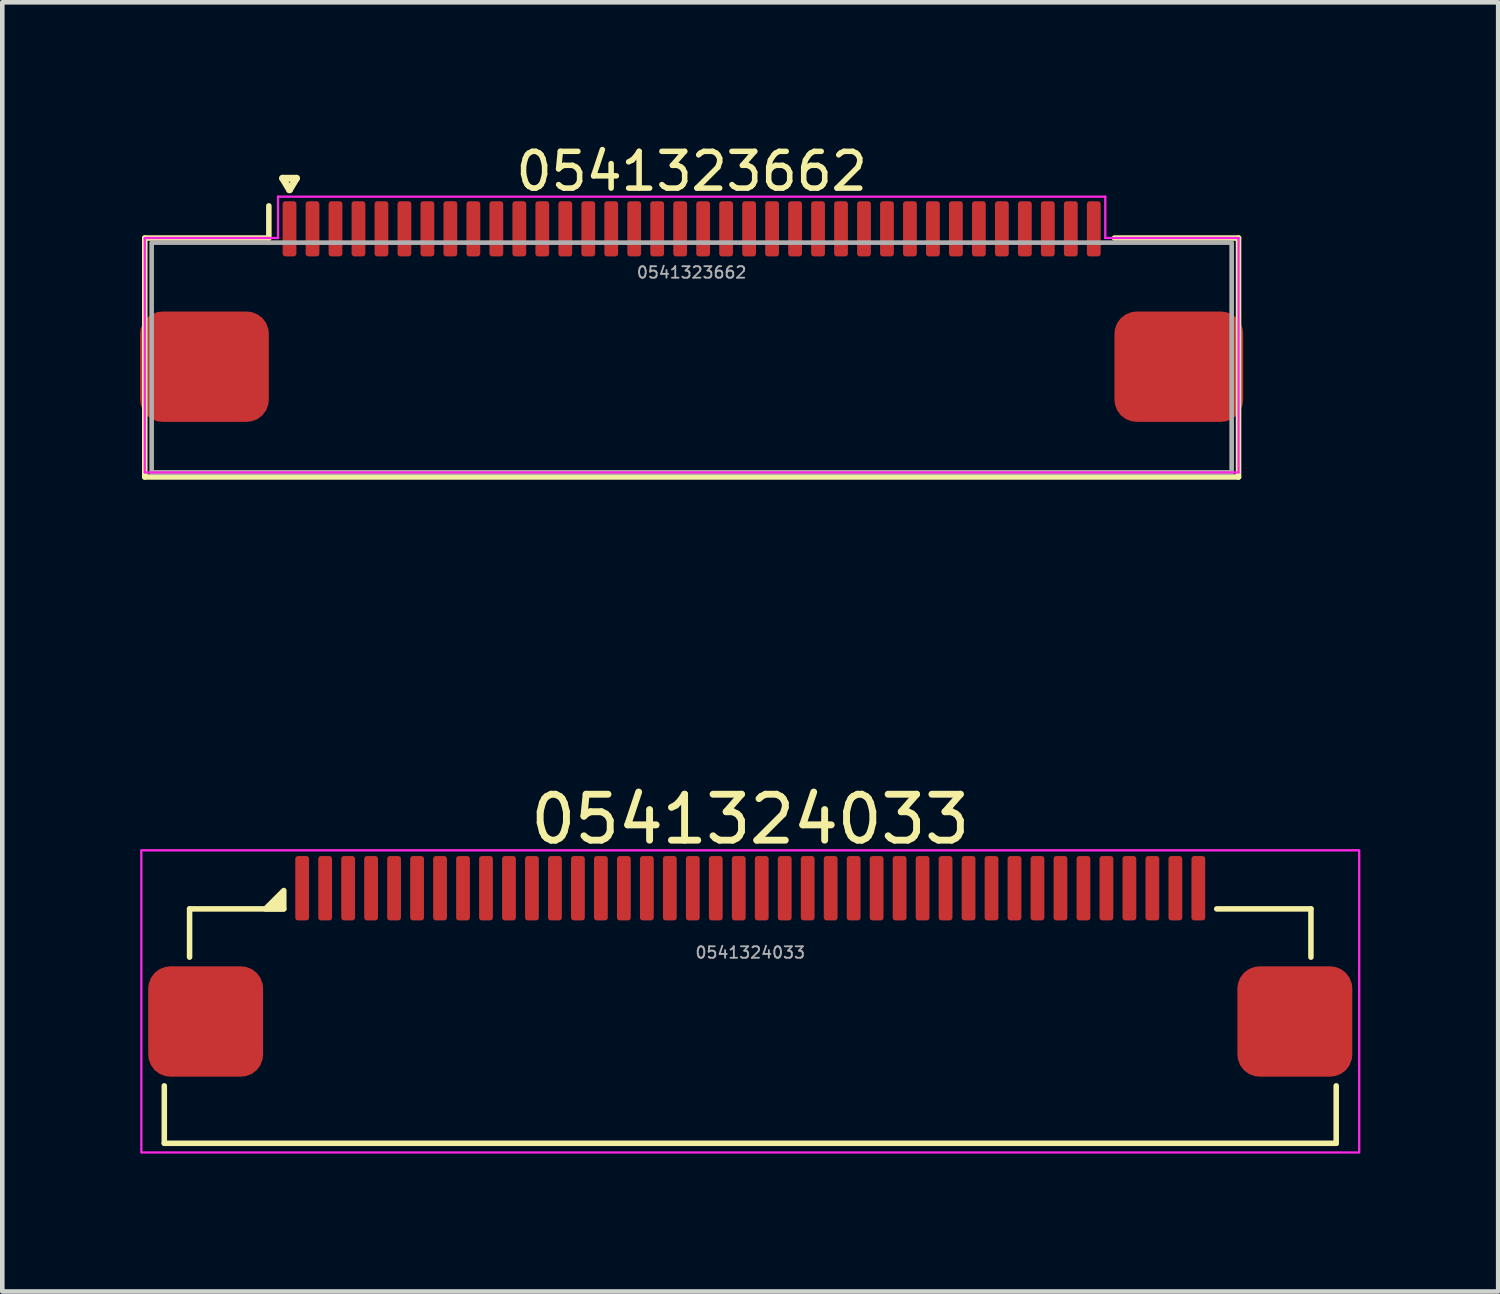
<source format=kicad_pcb>
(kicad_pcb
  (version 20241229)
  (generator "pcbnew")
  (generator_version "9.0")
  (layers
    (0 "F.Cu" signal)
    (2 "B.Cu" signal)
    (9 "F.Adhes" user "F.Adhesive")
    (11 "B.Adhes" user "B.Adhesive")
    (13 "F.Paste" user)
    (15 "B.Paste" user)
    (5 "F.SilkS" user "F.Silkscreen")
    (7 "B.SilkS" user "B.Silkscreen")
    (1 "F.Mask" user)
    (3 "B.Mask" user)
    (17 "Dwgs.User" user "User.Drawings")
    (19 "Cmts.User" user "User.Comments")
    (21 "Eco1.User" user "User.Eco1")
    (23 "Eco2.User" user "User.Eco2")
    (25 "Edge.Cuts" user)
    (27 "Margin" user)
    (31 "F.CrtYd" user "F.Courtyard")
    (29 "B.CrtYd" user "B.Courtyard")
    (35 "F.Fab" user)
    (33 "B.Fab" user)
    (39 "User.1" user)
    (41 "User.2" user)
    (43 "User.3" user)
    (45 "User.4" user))
  (footprint "0541323662"
    (layer "F.Cu")
    (at 12 1.929)
    (property "Reference" "0541323662" (at 0 -1.25 0) (unlocked yes) (layer "F.SilkS") (effects (font (size 0.8 0.8) (thickness 0.12))))
    (attr smd)
    (fp_line (start -11.9 0.2) (end -11.9 5.4) (stroke (width 0.12) (type solid)) (layer "F.SilkS"))
    (fp_line (start -11.9 5.4) (end 11.9 5.4) (stroke (width 0.12) (type solid)) (layer "F.SilkS"))
    (fp_line (start -9.2 -0.5) (end -9.2 0.2) (stroke (width 0.12) (type solid)) (layer "F.SilkS"))
    (fp_line (start -9.2 0.2) (end -11.9 0.2) (stroke (width 0.12) (type solid)) (layer "F.SilkS"))
    (fp_line (start -8.9 -1.1) (end -8.75 -0.85) (stroke (width 0.15) (type solid)) (layer "F.SilkS"))
    (fp_line (start -8.75 -0.85) (end -8.6 -1.1) (stroke (width 0.15) (type solid)) (layer "F.SilkS"))
    (fp_line (start -8.6 -1.1) (end -8.9 -1.1) (stroke (width 0.15) (type solid)) (layer "F.SilkS"))
    (fp_line (start 11.9 0.2) (end 9.2 0.2) (stroke (width 0.12) (type solid)) (layer "F.SilkS"))
    (fp_line (start 11.9 5.4) (end 11.9 0.2) (stroke (width 0.12) (type solid)) (layer "F.SilkS"))
    (fp_line (start -11.9 0.2) (end -11.9 5.3) (stroke (width 0.05) (type solid)) (layer "F.CrtYd"))
    (fp_line (start -11.9 5.3) (end 11.9 5.3) (stroke (width 0.05) (type solid)) (layer "F.CrtYd"))
    (fp_line (start -9 -0.7) (end -9 0.2) (stroke (width 0.05) (type solid)) (layer "F.CrtYd"))
    (fp_line (start -9 0.2) (end -11.9 0.2) (stroke (width 0.05) (type solid)) (layer "F.CrtYd"))
    (fp_line (start 9 -0.7) (end -9 -0.7) (stroke (width 0.05) (type solid)) (layer "F.CrtYd"))
    (fp_line (start 9 0.2) (end 9 -0.7) (stroke (width 0.05) (type solid)) (layer "F.CrtYd"))
    (fp_line (start 11.9 0.2) (end 9 0.2) (stroke (width 0.05) (type solid)) (layer "F.CrtYd"))
    (fp_line (start 11.9 5.3) (end 11.9 0.2) (stroke (width 0.05) (type solid)) (layer "F.CrtYd"))
    (fp_rect (start -11.75 0.3) (end 11.75 5.3) (stroke (width 0.1) (type solid)) (fill no) (layer "F.Fab"))
    (fp_text user "${REFERENCE}" (at 0 0.95 0) (unlocked yes) (layer "F.Fab") (effects (font (size 0.25 0.25) (thickness 0.04))))
    (pad "1" smd roundrect (at -8.75 0) (size 0.3 1.2) (layers "F.Cu" "F.Mask" "F.Paste") (roundrect_rratio 0.2))
    (pad "2" smd roundrect (at -8.25 0) (size 0.3 1.2) (layers "F.Cu" "F.Mask" "F.Paste") (roundrect_rratio 0.2))
    (pad "3" smd roundrect (at -7.75 0) (size 0.3 1.2) (layers "F.Cu" "F.Mask" "F.Paste") (roundrect_rratio 0.2))
    (pad "4" smd roundrect (at -7.25 0) (size 0.3 1.2) (layers "F.Cu" "F.Mask" "F.Paste") (roundrect_rratio 0.2))
    (pad "5" smd roundrect (at -6.75 0) (size 0.3 1.2) (layers "F.Cu" "F.Mask" "F.Paste") (roundrect_rratio 0.2))
    (pad "6" smd roundrect (at -6.25 0) (size 0.3 1.2) (layers "F.Cu" "F.Mask" "F.Paste") (roundrect_rratio 0.2))
    (pad "7" smd roundrect (at -5.75 0) (size 0.3 1.2) (layers "F.Cu" "F.Mask" "F.Paste") (roundrect_rratio 0.2))
    (pad "8" smd roundrect (at -5.25 0) (size 0.3 1.2) (layers "F.Cu" "F.Mask" "F.Paste") (roundrect_rratio 0.2))
    (pad "9" smd roundrect (at -4.75 0) (size 0.3 1.2) (layers "F.Cu" "F.Mask" "F.Paste") (roundrect_rratio 0.2))
    (pad "10" smd roundrect (at -4.25 0) (size 0.3 1.2) (layers "F.Cu" "F.Mask" "F.Paste") (roundrect_rratio 0.2))
    (pad "11" smd roundrect (at -3.75 0) (size 0.3 1.2) (layers "F.Cu" "F.Mask" "F.Paste") (roundrect_rratio 0.2))
    (pad "12" smd roundrect (at -3.25 0) (size 0.3 1.2) (layers "F.Cu" "F.Mask" "F.Paste") (roundrect_rratio 0.2))
    (pad "13" smd roundrect (at -2.75 0) (size 0.3 1.2) (layers "F.Cu" "F.Mask" "F.Paste") (roundrect_rratio 0.2))
    (pad "14" smd roundrect (at -2.25 0) (size 0.3 1.2) (layers "F.Cu" "F.Mask" "F.Paste") (roundrect_rratio 0.2))
    (pad "15" smd roundrect (at -1.75 0) (size 0.3 1.2) (layers "F.Cu" "F.Mask" "F.Paste") (roundrect_rratio 0.2))
    (pad "16" smd roundrect (at -1.25 0) (size 0.3 1.2) (layers "F.Cu" "F.Mask" "F.Paste") (roundrect_rratio 0.2))
    (pad "17" smd roundrect (at -0.75 0) (size 0.3 1.2) (layers "F.Cu" "F.Mask" "F.Paste") (roundrect_rratio 0.2))
    (pad "18" smd roundrect (at -0.25 0) (size 0.3 1.2) (layers "F.Cu" "F.Mask" "F.Paste") (roundrect_rratio 0.2))
    (pad "19" smd roundrect (at 0.25 0) (size 0.3 1.2) (layers "F.Cu" "F.Mask" "F.Paste") (roundrect_rratio 0.2))
    (pad "20" smd roundrect (at 0.75 0) (size 0.3 1.2) (layers "F.Cu" "F.Mask" "F.Paste") (roundrect_rratio 0.2))
    (pad "21" smd roundrect (at 1.25 0) (size 0.3 1.2) (layers "F.Cu" "F.Mask" "F.Paste") (roundrect_rratio 0.2))
    (pad "22" smd roundrect (at 1.75 0) (size 0.3 1.2) (layers "F.Cu" "F.Mask" "F.Paste") (roundrect_rratio 0.2))
    (pad "23" smd roundrect (at 2.25 0) (size 0.3 1.2) (layers "F.Cu" "F.Mask" "F.Paste") (roundrect_rratio 0.2))
    (pad "24" smd roundrect (at 2.75 0) (size 0.3 1.2) (layers "F.Cu" "F.Mask" "F.Paste") (roundrect_rratio 0.2))
    (pad "25" smd roundrect (at 3.25 0) (size 0.3 1.2) (layers "F.Cu" "F.Mask" "F.Paste") (roundrect_rratio 0.2))
    (pad "26" smd roundrect (at 3.75 0) (size 0.3 1.2) (layers "F.Cu" "F.Mask" "F.Paste") (roundrect_rratio 0.2))
    (pad "27" smd roundrect (at 4.25 0) (size 0.3 1.2) (layers "F.Cu" "F.Mask" "F.Paste") (roundrect_rratio 0.2))
    (pad "28" smd roundrect (at 4.75 0) (size 0.3 1.2) (layers "F.Cu" "F.Mask" "F.Paste") (roundrect_rratio 0.2))
    (pad "29" smd roundrect (at 5.25 0) (size 0.3 1.2) (layers "F.Cu" "F.Mask" "F.Paste") (roundrect_rratio 0.2))
    (pad "30" smd roundrect (at 5.75 0) (size 0.3 1.2) (layers "F.Cu" "F.Mask" "F.Paste") (roundrect_rratio 0.2))
    (pad "31" smd roundrect (at 6.25 0) (size 0.3 1.2) (layers "F.Cu" "F.Mask" "F.Paste") (roundrect_rratio 0.2))
    (pad "32" smd roundrect (at 6.75 0) (size 0.3 1.2) (layers "F.Cu" "F.Mask" "F.Paste") (roundrect_rratio 0.2))
    (pad "33" smd roundrect (at 7.25 0) (size 0.3 1.2) (layers "F.Cu" "F.Mask" "F.Paste") (roundrect_rratio 0.2))
    (pad "34" smd roundrect (at 7.75 0) (size 0.3 1.2) (layers "F.Cu" "F.Mask" "F.Paste") (roundrect_rratio 0.2))
    (pad "35" smd roundrect (at 8.25 0) (size 0.3 1.2) (layers "F.Cu" "F.Mask" "F.Paste") (roundrect_rratio 0.2))
    (pad "36" smd roundrect (at 8.75 0) (size 0.3 1.2) (layers "F.Cu" "F.Mask" "F.Paste") (roundrect_rratio 0.2))
    (pad "MP" smd roundrect (at -10.6 3) (size 2.8 2.4) (layers "F.Cu" "F.Mask" "F.Paste") (roundrect_rratio 0.2))
    (pad "MP" smd roundrect (at 10.6 3) (size 2.8 2.4) (layers "F.Cu" "F.Mask" "F.Paste") (roundrect_rratio 0.2))
    (zone (net_name "") (layer "F.Cu") (name "FPC RELIEF") (hatch edge 0.508) (connect_pads) (min_thickness 0.254) (filled_areas_thickness no) (keepout (tracks allowed) (vias allowed) (pads allowed) (copperpour allowed) (footprints not_allowed)) (placement (enabled no)) (fill) (polygon (pts (xy 23.8 10.929) (xy 0.2 10.929) (xy 0.2 7.229) (xy 23.8 7.229)))))
  (footprint "0541324033"
    (layer "F.Cu")
    (at 13.275 16.777)
    (property "Reference" "0541324033" (at 0 -2 0) (unlocked yes) (layer "F.SilkS") (effects (font (size 1 1) (thickness 0.15))))
    (attr smd)
    (fp_line (start -12.75 5.05) (end -12.75 3.8) (stroke (width 0.12) (type default)) (layer "F.SilkS"))
    (fp_line (start -12.2 -0.05) (end -10.15 -0.05) (stroke (width 0.12) (type default)) (layer "F.SilkS"))
    (fp_line (start -12.2 1) (end -12.2 -0.05) (stroke (width 0.12) (type default)) (layer "F.SilkS"))
    (fp_line (start 12.2 -0.05) (end 10.15 -0.05) (stroke (width 0.12) (type default)) (layer "F.SilkS"))
    (fp_line (start 12.2 1) (end 12.2 -0.05) (stroke (width 0.12) (type default)) (layer "F.SilkS"))
    (fp_line (start 12.75 3.8) (end 12.75 5.05) (stroke (width 0.12) (type default)) (layer "F.SilkS"))
    (fp_line (start 12.75 5.05) (end -12.75 5.05) (stroke (width 0.12) (type default)) (layer "F.SilkS"))
    (fp_poly (pts (xy -10.55 -0.05) (xy -10.15 -0.45) (xy -10.15 -0.05)) (stroke (width 0.12) (type solid)) (fill yes) (layer "F.SilkS"))
    (fp_rect (start -13.25 -1.325) (end 13.25 5.25) (stroke (width 0.05) (type default)) (fill no) (layer "F.CrtYd"))
    (fp_text user "${REFERENCE}" (at 0 0.9 0) (unlocked yes) (layer "F.Fab") (effects (font (size 0.25 0.25) (thickness 0.04))))
    (pad "1" smd roundrect (at -9.75 -0.5) (size 0.3 1.4) (layers "F.Cu" "F.Mask" "F.Paste") (roundrect_rratio 0.2))
    (pad "2" smd roundrect (at -9.25 -0.5) (size 0.3 1.4) (layers "F.Cu" "F.Mask" "F.Paste") (roundrect_rratio 0.2))
    (pad "3" smd roundrect (at -8.75 -0.5) (size 0.3 1.4) (layers "F.Cu" "F.Mask" "F.Paste") (roundrect_rratio 0.2))
    (pad "4" smd roundrect (at -8.25 -0.5) (size 0.3 1.4) (layers "F.Cu" "F.Mask" "F.Paste") (roundrect_rratio 0.2))
    (pad "5" smd roundrect (at -7.75 -0.5) (size 0.3 1.4) (layers "F.Cu" "F.Mask" "F.Paste") (roundrect_rratio 0.2))
    (pad "6" smd roundrect (at -7.25 -0.5) (size 0.3 1.4) (layers "F.Cu" "F.Mask" "F.Paste") (roundrect_rratio 0.2))
    (pad "7" smd roundrect (at -6.75 -0.5) (size 0.3 1.4) (layers "F.Cu" "F.Mask" "F.Paste") (roundrect_rratio 0.2))
    (pad "8" smd roundrect (at -6.25 -0.5) (size 0.3 1.4) (layers "F.Cu" "F.Mask" "F.Paste") (roundrect_rratio 0.2))
    (pad "9" smd roundrect (at -5.75 -0.5) (size 0.3 1.4) (layers "F.Cu" "F.Mask" "F.Paste") (roundrect_rratio 0.2))
    (pad "10" smd roundrect (at -5.25 -0.5) (size 0.3 1.4) (layers "F.Cu" "F.Mask" "F.Paste") (roundrect_rratio 0.2))
    (pad "11" smd roundrect (at -4.75 -0.5) (size 0.3 1.4) (layers "F.Cu" "F.Mask" "F.Paste") (roundrect_rratio 0.2))
    (pad "12" smd roundrect (at -4.25 -0.5) (size 0.3 1.4) (layers "F.Cu" "F.Mask" "F.Paste") (roundrect_rratio 0.2))
    (pad "13" smd roundrect (at -3.75 -0.5) (size 0.3 1.4) (layers "F.Cu" "F.Mask" "F.Paste") (roundrect_rratio 0.2))
    (pad "14" smd roundrect (at -3.25 -0.5) (size 0.3 1.4) (layers "F.Cu" "F.Mask" "F.Paste") (roundrect_rratio 0.2))
    (pad "15" smd roundrect (at -2.75 -0.5) (size 0.3 1.4) (layers "F.Cu" "F.Mask" "F.Paste") (roundrect_rratio 0.2))
    (pad "16" smd roundrect (at -2.25 -0.5) (size 0.3 1.4) (layers "F.Cu" "F.Mask" "F.Paste") (roundrect_rratio 0.2))
    (pad "17" smd roundrect (at -1.75 -0.5) (size 0.3 1.4) (layers "F.Cu" "F.Mask" "F.Paste") (roundrect_rratio 0.2))
    (pad "18" smd roundrect (at -1.25 -0.5) (size 0.3 1.4) (layers "F.Cu" "F.Mask" "F.Paste") (roundrect_rratio 0.2))
    (pad "19" smd roundrect (at -0.75 -0.5) (size 0.3 1.4) (layers "F.Cu" "F.Mask" "F.Paste") (roundrect_rratio 0.2))
    (pad "20" smd roundrect (at -0.25 -0.5) (size 0.3 1.4) (layers "F.Cu" "F.Mask" "F.Paste") (roundrect_rratio 0.2))
    (pad "21" smd roundrect (at 0.25 -0.5) (size 0.3 1.4) (layers "F.Cu" "F.Mask" "F.Paste") (roundrect_rratio 0.2))
    (pad "22" smd roundrect (at 0.75 -0.5) (size 0.3 1.4) (layers "F.Cu" "F.Mask" "F.Paste") (roundrect_rratio 0.2))
    (pad "23" smd roundrect (at 1.25 -0.5) (size 0.3 1.4) (layers "F.Cu" "F.Mask" "F.Paste") (roundrect_rratio 0.2))
    (pad "24" smd roundrect (at 1.75 -0.5) (size 0.3 1.4) (layers "F.Cu" "F.Mask" "F.Paste") (roundrect_rratio 0.2))
    (pad "25" smd roundrect (at 2.25 -0.5) (size 0.3 1.4) (layers "F.Cu" "F.Mask" "F.Paste") (roundrect_rratio 0.2))
    (pad "26" smd roundrect (at 2.75 -0.5) (size 0.3 1.4) (layers "F.Cu" "F.Mask" "F.Paste") (roundrect_rratio 0.2))
    (pad "27" smd roundrect (at 3.25 -0.5) (size 0.3 1.4) (layers "F.Cu" "F.Mask" "F.Paste") (roundrect_rratio 0.2))
    (pad "28" smd roundrect (at 3.75 -0.5) (size 0.3 1.4) (layers "F.Cu" "F.Mask" "F.Paste") (roundrect_rratio 0.2))
    (pad "29" smd roundrect (at 4.25 -0.5) (size 0.3 1.4) (layers "F.Cu" "F.Mask" "F.Paste") (roundrect_rratio 0.2))
    (pad "30" smd roundrect (at 4.75 -0.5) (size 0.3 1.4) (layers "F.Cu" "F.Mask" "F.Paste") (roundrect_rratio 0.2))
    (pad "31" smd roundrect (at 5.25 -0.5) (size 0.3 1.4) (layers "F.Cu" "F.Mask" "F.Paste") (roundrect_rratio 0.2))
    (pad "32" smd roundrect (at 5.75 -0.5) (size 0.3 1.4) (layers "F.Cu" "F.Mask" "F.Paste") (roundrect_rratio 0.2))
    (pad "33" smd roundrect (at 6.25 -0.5) (size 0.3 1.4) (layers "F.Cu" "F.Mask" "F.Paste") (roundrect_rratio 0.2))
    (pad "34" smd roundrect (at 6.75 -0.5) (size 0.3 1.4) (layers "F.Cu" "F.Mask" "F.Paste") (roundrect_rratio 0.2))
    (pad "35" smd roundrect (at 7.25 -0.5) (size 0.3 1.4) (layers "F.Cu" "F.Mask" "F.Paste") (roundrect_rratio 0.2))
    (pad "36" smd roundrect (at 7.75 -0.5) (size 0.3 1.4) (layers "F.Cu" "F.Mask" "F.Paste") (roundrect_rratio 0.2))
    (pad "37" smd roundrect (at 8.25 -0.5) (size 0.3 1.4) (layers "F.Cu" "F.Mask" "F.Paste") (roundrect_rratio 0.2))
    (pad "38" smd roundrect (at 8.75 -0.5) (size 0.3 1.4) (layers "F.Cu" "F.Mask" "F.Paste") (roundrect_rratio 0.2))
    (pad "39" smd roundrect (at 9.25 -0.5) (size 0.3 1.4) (layers "F.Cu" "F.Mask" "F.Paste") (roundrect_rratio 0.2))
    (pad "40" smd roundrect (at 9.75 -0.5) (size 0.3 1.4) (layers "F.Cu" "F.Mask" "F.Paste") (roundrect_rratio 0.2))
    (pad "MP" smd roundrect (at -11.85 2.4) (size 2.5 2.4) (layers "F.Cu" "F.Mask" "F.Paste") (roundrect_rratio 0.2))
    (pad "MP" smd roundrect (at 11.85 2.4) (size 2.5 2.4) (layers "F.Cu" "F.Mask" "F.Paste") (roundrect_rratio 0.2)))
  (gr_rect
    (start -3 -3)
    (end 29.55 25.052)
    (stroke (width 0.1) (type default))
    (fill no)
    (layer "Edge.Cuts")))
</source>
